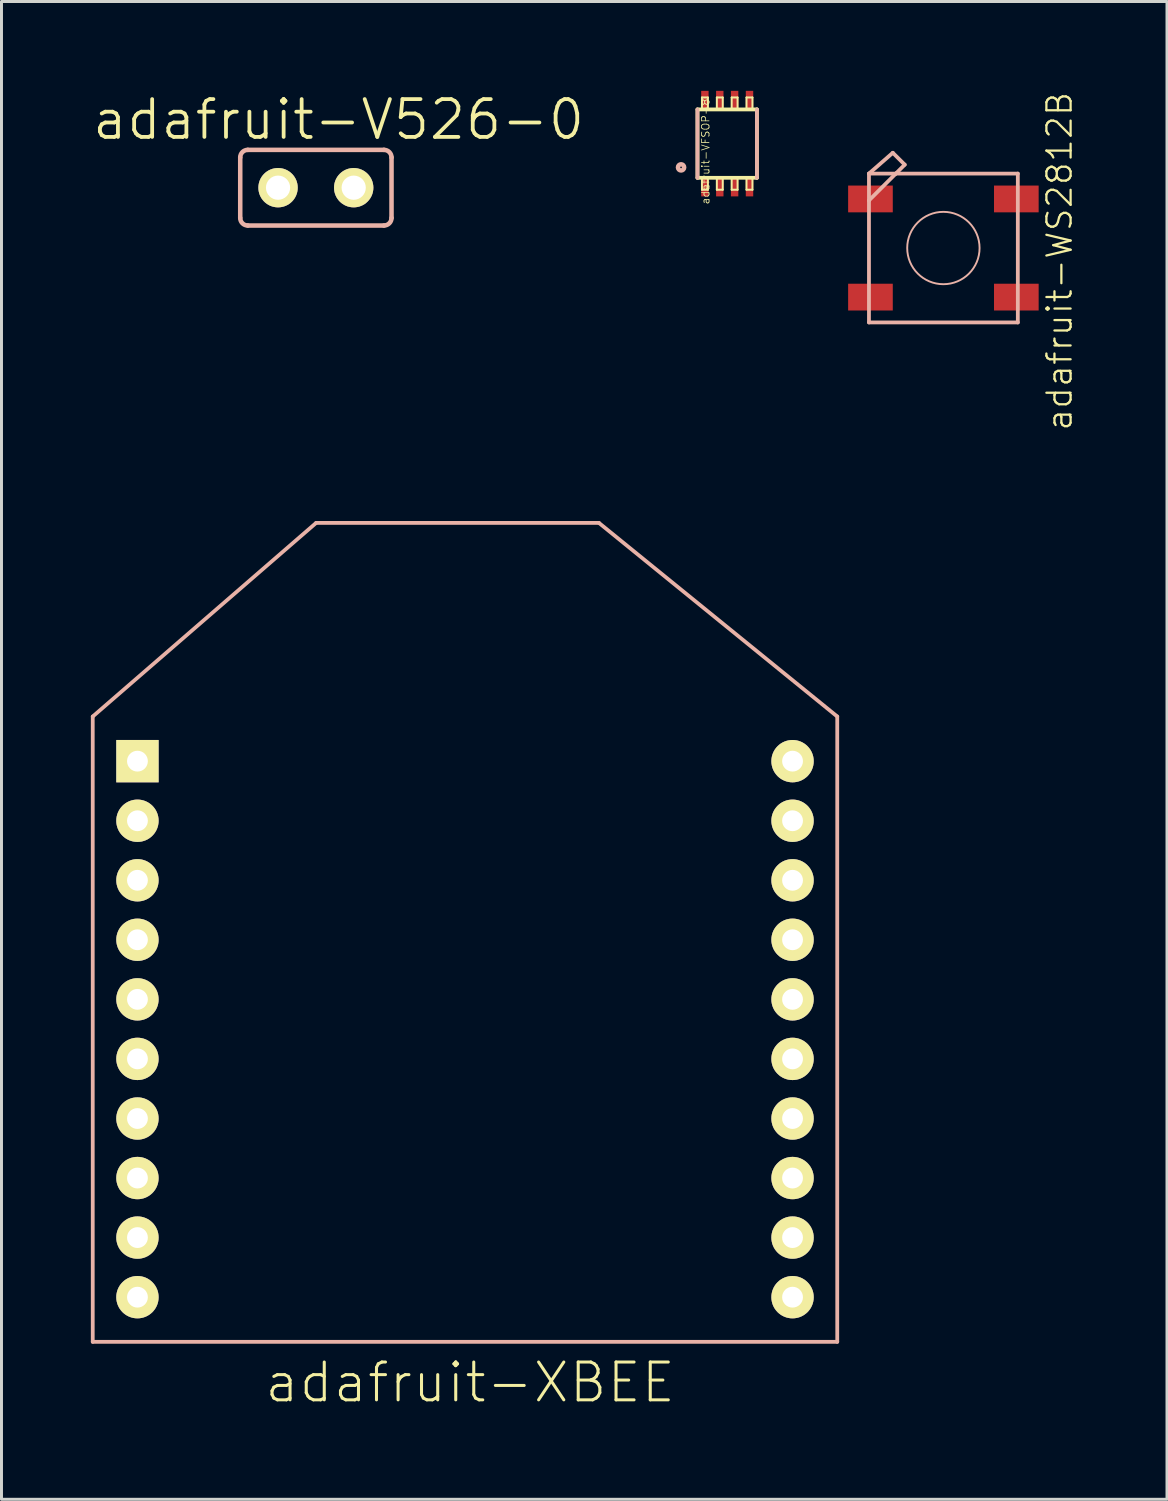
<source format=kicad_pcb>
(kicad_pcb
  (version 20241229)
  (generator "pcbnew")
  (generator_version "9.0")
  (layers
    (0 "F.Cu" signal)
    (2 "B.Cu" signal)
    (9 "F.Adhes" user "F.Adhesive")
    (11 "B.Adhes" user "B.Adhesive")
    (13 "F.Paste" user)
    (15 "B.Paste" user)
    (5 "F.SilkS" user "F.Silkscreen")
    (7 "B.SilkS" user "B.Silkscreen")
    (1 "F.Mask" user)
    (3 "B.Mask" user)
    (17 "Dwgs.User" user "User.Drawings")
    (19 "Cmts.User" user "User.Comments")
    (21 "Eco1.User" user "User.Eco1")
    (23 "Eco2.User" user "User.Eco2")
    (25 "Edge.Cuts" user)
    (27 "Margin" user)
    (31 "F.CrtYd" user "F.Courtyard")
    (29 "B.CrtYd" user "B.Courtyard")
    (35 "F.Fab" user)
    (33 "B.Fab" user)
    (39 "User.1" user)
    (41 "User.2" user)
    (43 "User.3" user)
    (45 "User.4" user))
  (footprint "adafruit-V526-0"
    (layer "F.Cu")
    (at 7.556 3.252)
    (property "Reference" "adafruit-V526-0" (at 0.762 -2.286 0) (layer "F.SilkS") (effects (font (size 1.27 1.27) (thickness 0.127))))
    (attr exclude_from_pos_files exclude_from_bom)
    (fp_line (start -2.54 -1.016) (end -2.54 1.016) (stroke (width 0.152) (type solid)) (layer "B.SilkS"))
    (fp_line (start -2.286 1.27) (end 2.286 1.27) (stroke (width 0.152) (type solid)) (layer "B.SilkS"))
    (fp_line (start 2.286 -1.27) (end -2.286 -1.27) (stroke (width 0.152) (type solid)) (layer "B.SilkS"))
    (fp_line (start 2.54 1.016) (end 2.54 -1.016) (stroke (width 0.152) (type solid)) (layer "B.SilkS"))
    (fp_arc (start -2.54 -1.016) (mid -2.465605 -1.195605) (end -2.286 -1.27) (stroke (width 0.1524) (type solid)) (layer "B.SilkS"))
    (fp_arc (start -2.286 1.27) (mid -2.465605 1.195605) (end -2.54 1.016) (stroke (width 0.1524) (type solid)) (layer "B.SilkS"))
    (fp_arc (start 2.286 -1.27) (mid 2.465605 -1.195605) (end 2.54 -1.016) (stroke (width 0.1524) (type solid)) (layer "B.SilkS"))
    (fp_arc (start 2.54 1.016) (mid 2.465605 1.195605) (end 2.286 1.27) (stroke (width 0.1524) (type solid)) (layer "B.SilkS"))
    (pad "1" thru_hole circle (at -1.27 0) (size 1.321 1.321) (drill 0.813) (layers "*.Cu" "F.Mask" "F.SilkS" "F.Paste"))
    (pad "2" thru_hole circle (at 1.27 0) (size 1.321 1.321) (drill 0.813) (layers "*.Cu" "F.Mask" "F.SilkS" "F.Paste")))
  (footprint "adafruit-XBEE"
    (layer "F.Cu")
    (at 12.563 28.006)
    (property "Reference" "adafruit-XBEE" (at 0.173 15.364 0) (layer "F.SilkS") (effects (font (size 1.27 1.27) (thickness 0.102))))
    (attr exclude_from_pos_files exclude_from_bom)
    (fp_line (start -12.499 -6.998) (end -12.499 13.998) (stroke (width 0.127) (type solid)) (layer "B.SilkS"))
    (fp_line (start -12.499 13.998) (end 12.499 13.998) (stroke (width 0.127) (type solid)) (layer "B.SilkS"))
    (fp_line (start -4.999 -13.498) (end -12.499 -6.998) (stroke (width 0.127) (type solid)) (layer "B.SilkS"))
    (fp_line (start 4.498 -13.498) (end -4.999 -13.498) (stroke (width 0.127) (type solid)) (layer "B.SilkS"))
    (fp_line (start 12.499 -6.998) (end 4.498 -13.498) (stroke (width 0.127) (type solid)) (layer "B.SilkS"))
    (fp_line (start 12.499 13.998) (end 12.499 -6.998) (stroke (width 0.127) (type solid)) (layer "B.SilkS"))
    (pad "1" thru_hole rect (at -10.998 -5.499) (size 1.422 1.422) (drill 0.699) (layers "*.Cu" "F.Mask" "F.SilkS" "F.Paste"))
    (pad "2" thru_hole circle (at -10.998 -3.498) (size 1.422 1.422) (drill 0.699) (layers "*.Cu" "F.Mask" "F.SilkS" "F.Paste"))
    (pad "3" thru_hole circle (at -10.998 -1.499) (size 1.422 1.422) (drill 0.699) (layers "*.Cu" "F.Mask" "F.SilkS" "F.Paste"))
    (pad "4" thru_hole circle (at -10.998 0.498) (size 1.422 1.422) (drill 0.699) (layers "*.Cu" "F.Mask" "F.SilkS" "F.Paste"))
    (pad "5" thru_hole circle (at -10.998 2.499) (size 1.422 1.422) (drill 0.699) (layers "*.Cu" "F.Mask" "F.SilkS" "F.Paste"))
    (pad "6" thru_hole circle (at -10.998 4.498) (size 1.422 1.422) (drill 0.699) (layers "*.Cu" "F.Mask" "F.SilkS" "F.Paste"))
    (pad "7" thru_hole circle (at -10.998 6.5) (size 1.422 1.422) (drill 0.699) (layers "*.Cu" "F.Mask" "F.SilkS" "F.Paste"))
    (pad "8" thru_hole circle (at -10.998 8.499) (size 1.422 1.422) (drill 0.699) (layers "*.Cu" "F.Mask" "F.SilkS" "F.Paste"))
    (pad "9" thru_hole circle (at -10.998 10.498) (size 1.422 1.422) (drill 0.699) (layers "*.Cu" "F.Mask" "F.SilkS" "F.Paste"))
    (pad "10" thru_hole circle (at -10.998 12.499) (size 1.422 1.422) (drill 0.699) (layers "*.Cu" "F.Mask" "F.SilkS" "F.Paste"))
    (pad "11" thru_hole circle (at 10.998 12.499) (size 1.422 1.422) (drill 0.699) (layers "*.Cu" "F.Mask" "F.SilkS" "F.Paste"))
    (pad "12" thru_hole circle (at 10.998 10.498) (size 1.422 1.422) (drill 0.699) (layers "*.Cu" "F.Mask" "F.SilkS" "F.Paste"))
    (pad "13" thru_hole circle (at 10.998 8.499) (size 1.422 1.422) (drill 0.699) (layers "*.Cu" "F.Mask" "F.SilkS" "F.Paste"))
    (pad "14" thru_hole circle (at 10.998 6.5) (size 1.422 1.422) (drill 0.699) (layers "*.Cu" "F.Mask" "F.SilkS" "F.Paste"))
    (pad "15" thru_hole circle (at 10.998 4.498) (size 1.422 1.422) (drill 0.699) (layers "*.Cu" "F.Mask" "F.SilkS" "F.Paste"))
    (pad "16" thru_hole circle (at 10.998 2.499) (size 1.422 1.422) (drill 0.699) (layers "*.Cu" "F.Mask" "F.SilkS" "F.Paste"))
    (pad "17" thru_hole circle (at 10.998 0.498) (size 1.422 1.422) (drill 0.699) (layers "*.Cu" "F.Mask" "F.SilkS" "F.Paste"))
    (pad "18" thru_hole circle (at 10.998 -1.499) (size 1.422 1.422) (drill 0.699) (layers "*.Cu" "F.Mask" "F.SilkS" "F.Paste"))
    (pad "19" thru_hole circle (at 10.998 -3.498) (size 1.422 1.422) (drill 0.699) (layers "*.Cu" "F.Mask" "F.SilkS" "F.Paste"))
    (pad "20" thru_hole circle (at 10.998 -5.499) (size 1.422 1.422) (drill 0.699) (layers "*.Cu" "F.Mask" "F.SilkS" "F.Paste")))
  (footprint "adafruit-VFSOP-8"
    (layer "F.Cu")
    (at 21.367 1.772)
    (property "Reference" "adafruit-VFSOP-8" (at -0.726 0.264 90) (layer "F.SilkS") (effects (font (size 0.254 0.254) (thickness 0.025))))
    (attr smd)
    (fp_line (start -0.998 -1.148) (end 0.998 -1.148) (stroke (width 0.127) (type solid)) (layer "F.SilkS"))
    (fp_line (start -0.998 1.148) (end -0.998 -1.148) (stroke (width 0.127) (type solid)) (layer "F.SilkS"))
    (fp_line (start -0.848 -1.549) (end -0.648 -1.549) (stroke (width 0.066) (type solid)) (layer "F.SilkS"))
    (fp_line (start -0.848 -1.148) (end -0.848 -1.549) (stroke (width 0.066) (type solid)) (layer "F.SilkS"))
    (fp_line (start -0.848 -1.148) (end -0.648 -1.148) (stroke (width 0.066) (type solid)) (layer "F.SilkS"))
    (fp_line (start -0.848 1.148) (end -0.648 1.148) (stroke (width 0.066) (type solid)) (layer "F.SilkS"))
    (fp_line (start -0.848 1.549) (end -0.848 1.148) (stroke (width 0.066) (type solid)) (layer "F.SilkS"))
    (fp_line (start -0.848 1.549) (end -0.648 1.549) (stroke (width 0.066) (type solid)) (layer "F.SilkS"))
    (fp_line (start -0.648 -1.148) (end -0.648 -1.549) (stroke (width 0.066) (type solid)) (layer "F.SilkS"))
    (fp_line (start -0.648 1.549) (end -0.648 1.148) (stroke (width 0.066) (type solid)) (layer "F.SilkS"))
    (fp_line (start -0.348 -1.549) (end -0.15 -1.549) (stroke (width 0.066) (type solid)) (layer "F.SilkS"))
    (fp_line (start -0.348 -1.148) (end -0.348 -1.549) (stroke (width 0.066) (type solid)) (layer "F.SilkS"))
    (fp_line (start -0.348 -1.148) (end -0.15 -1.148) (stroke (width 0.066) (type solid)) (layer "F.SilkS"))
    (fp_line (start -0.348 1.148) (end -0.15 1.148) (stroke (width 0.066) (type solid)) (layer "F.SilkS"))
    (fp_line (start -0.348 1.549) (end -0.348 1.148) (stroke (width 0.066) (type solid)) (layer "F.SilkS"))
    (fp_line (start -0.348 1.549) (end -0.15 1.549) (stroke (width 0.066) (type solid)) (layer "F.SilkS"))
    (fp_line (start -0.15 -1.148) (end -0.15 -1.549) (stroke (width 0.066) (type solid)) (layer "F.SilkS"))
    (fp_line (start -0.15 1.549) (end -0.15 1.148) (stroke (width 0.066) (type solid)) (layer "F.SilkS"))
    (fp_line (start 0.15 -1.549) (end 0.348 -1.549) (stroke (width 0.066) (type solid)) (layer "F.SilkS"))
    (fp_line (start 0.15 -1.148) (end 0.15 -1.549) (stroke (width 0.066) (type solid)) (layer "F.SilkS"))
    (fp_line (start 0.15 -1.148) (end 0.348 -1.148) (stroke (width 0.066) (type solid)) (layer "F.SilkS"))
    (fp_line (start 0.15 1.148) (end 0.348 1.148) (stroke (width 0.066) (type solid)) (layer "F.SilkS"))
    (fp_line (start 0.15 1.549) (end 0.15 1.148) (stroke (width 0.066) (type solid)) (layer "F.SilkS"))
    (fp_line (start 0.15 1.549) (end 0.348 1.549) (stroke (width 0.066) (type solid)) (layer "F.SilkS"))
    (fp_line (start 0.348 -1.148) (end 0.348 -1.549) (stroke (width 0.066) (type solid)) (layer "F.SilkS"))
    (fp_line (start 0.348 1.549) (end 0.348 1.148) (stroke (width 0.066) (type solid)) (layer "F.SilkS"))
    (fp_line (start 0.648 -1.549) (end 0.848 -1.549) (stroke (width 0.066) (type solid)) (layer "F.SilkS"))
    (fp_line (start 0.648 -1.148) (end 0.648 -1.549) (stroke (width 0.066) (type solid)) (layer "F.SilkS"))
    (fp_line (start 0.648 -1.148) (end 0.848 -1.148) (stroke (width 0.066) (type solid)) (layer "F.SilkS"))
    (fp_line (start 0.648 1.148) (end 0.848 1.148) (stroke (width 0.066) (type solid)) (layer "F.SilkS"))
    (fp_line (start 0.648 1.549) (end 0.648 1.148) (stroke (width 0.066) (type solid)) (layer "F.SilkS"))
    (fp_line (start 0.648 1.549) (end 0.848 1.549) (stroke (width 0.066) (type solid)) (layer "F.SilkS"))
    (fp_line (start 0.848 -1.148) (end 0.848 -1.549) (stroke (width 0.066) (type solid)) (layer "F.SilkS"))
    (fp_line (start 0.848 1.549) (end 0.848 1.148) (stroke (width 0.066) (type solid)) (layer "F.SilkS"))
    (fp_line (start 0.998 -1.148) (end 0.998 1.148) (stroke (width 0.127) (type solid)) (layer "F.SilkS"))
    (fp_line (start 0.998 1.148) (end -0.998 1.148) (stroke (width 0.127) (type solid)) (layer "F.SilkS"))
    (fp_line (start -0.998 1.148) (end -0.998 -1.148) (stroke (width 0.127) (type solid)) (layer "B.SilkS"))
    (fp_line (start 0.998 1.148) (end 0.998 -1.148) (stroke (width 0.127) (type solid)) (layer "B.SilkS"))
    (fp_circle (center -1.549 0.798) (end -1.623 0.871) (stroke (width 0.152) (type solid)) (fill no) (layer "B.SilkS"))
    (pad "P$1" smd rect (at -0.749 1.448 90) (size 0.648 0.249) (layers "F.Cu" "F.Mask" "F.Paste"))
    (pad "P$2" smd rect (at -0.249 1.448 90) (size 0.648 0.249) (layers "F.Cu" "F.Mask" "F.Paste"))
    (pad "P$3" smd rect (at 0.249 1.448 90) (size 0.648 0.249) (layers "F.Cu" "F.Mask" "F.Paste"))
    (pad "P$4" smd rect (at 0.749 1.448 90) (size 0.648 0.249) (layers "F.Cu" "F.Mask" "F.Paste"))
    (pad "P$5" smd rect (at 0.749 -1.448 270) (size 0.648 0.249) (layers "F.Cu" "F.Mask" "F.Paste"))
    (pad "P$6" smd rect (at 0.249 -1.448 270) (size 0.648 0.249) (layers "F.Cu" "F.Mask" "F.Paste"))
    (pad "P$7" smd rect (at -0.249 -1.448 270) (size 0.648 0.249) (layers "F.Cu" "F.Mask" "F.Paste"))
    (pad "P$8" smd rect (at -0.749 -1.448 270) (size 0.648 0.249) (layers "F.Cu" "F.Mask" "F.Paste")))
  (footprint "adafruit-WS2812B"
    (layer "F.Cu")
    (at 28.626 5.278)
    (property "Reference" "adafruit-WS2812B" (at 3.899 0.445 270) (layer "F.SilkS") (effects (font (size 0.813 0.813) (thickness 0.076))))
    (attr smd)
    (fp_line (start -2.499 -2.499) (end -1.598 -2.499) (stroke (width 0.127) (type solid)) (layer "B.SilkS"))
    (fp_line (start -2.499 -1.598) (end -2.499 -2.499) (stroke (width 0.127) (type solid)) (layer "B.SilkS"))
    (fp_line (start -2.499 -1.598) (end -1.598 -2.499) (stroke (width 0.127) (type solid)) (layer "B.SilkS"))
    (fp_line (start -2.499 2.499) (end -2.499 -1.598) (stroke (width 0.127) (type solid)) (layer "B.SilkS"))
    (fp_line (start -1.699 -3.198) (end -2.499 -2.499) (stroke (width 0.127) (type solid)) (layer "B.SilkS"))
    (fp_line (start -1.598 -2.499) (end -1.298 -2.799) (stroke (width 0.127) (type solid)) (layer "B.SilkS"))
    (fp_line (start -1.598 -2.499) (end 2.499 -2.499) (stroke (width 0.127) (type solid)) (layer "B.SilkS"))
    (fp_line (start -1.298 -2.799) (end -1.699 -3.198) (stroke (width 0.127) (type solid)) (layer "B.SilkS"))
    (fp_line (start 2.499 -2.499) (end 2.499 2.499) (stroke (width 0.127) (type solid)) (layer "B.SilkS"))
    (fp_line (start 2.499 2.499) (end -2.499 2.499) (stroke (width 0.127) (type solid)) (layer "B.SilkS"))
    (fp_circle (center 0 0) (end -0.859 0.859) (stroke (width 0.064) (type solid)) (fill no) (layer "B.SilkS"))
    (pad "1-VD" smd rect (at 2.449 1.648 180) (size 1.499 0.899) (layers "F.Cu" "F.Mask" "F.Paste"))
    (pad "2-DO" smd rect (at 2.449 -1.648 180) (size 1.499 0.899) (layers "F.Cu" "F.Mask" "F.Paste"))
    (pad "3-GN" smd rect (at -2.449 -1.648 180) (size 1.499 0.899) (layers "F.Cu" "F.Mask" "F.Paste"))
    (pad "4-DI" smd rect (at -2.449 1.648 180) (size 1.499 0.899) (layers "F.Cu" "F.Mask" "F.Paste")))
  (gr_rect
    (start -3 -3)
    (end 36.134 47.292)
    (stroke (width 0.1) (type default))
    (fill no)
    (layer "Edge.Cuts")))
</source>
